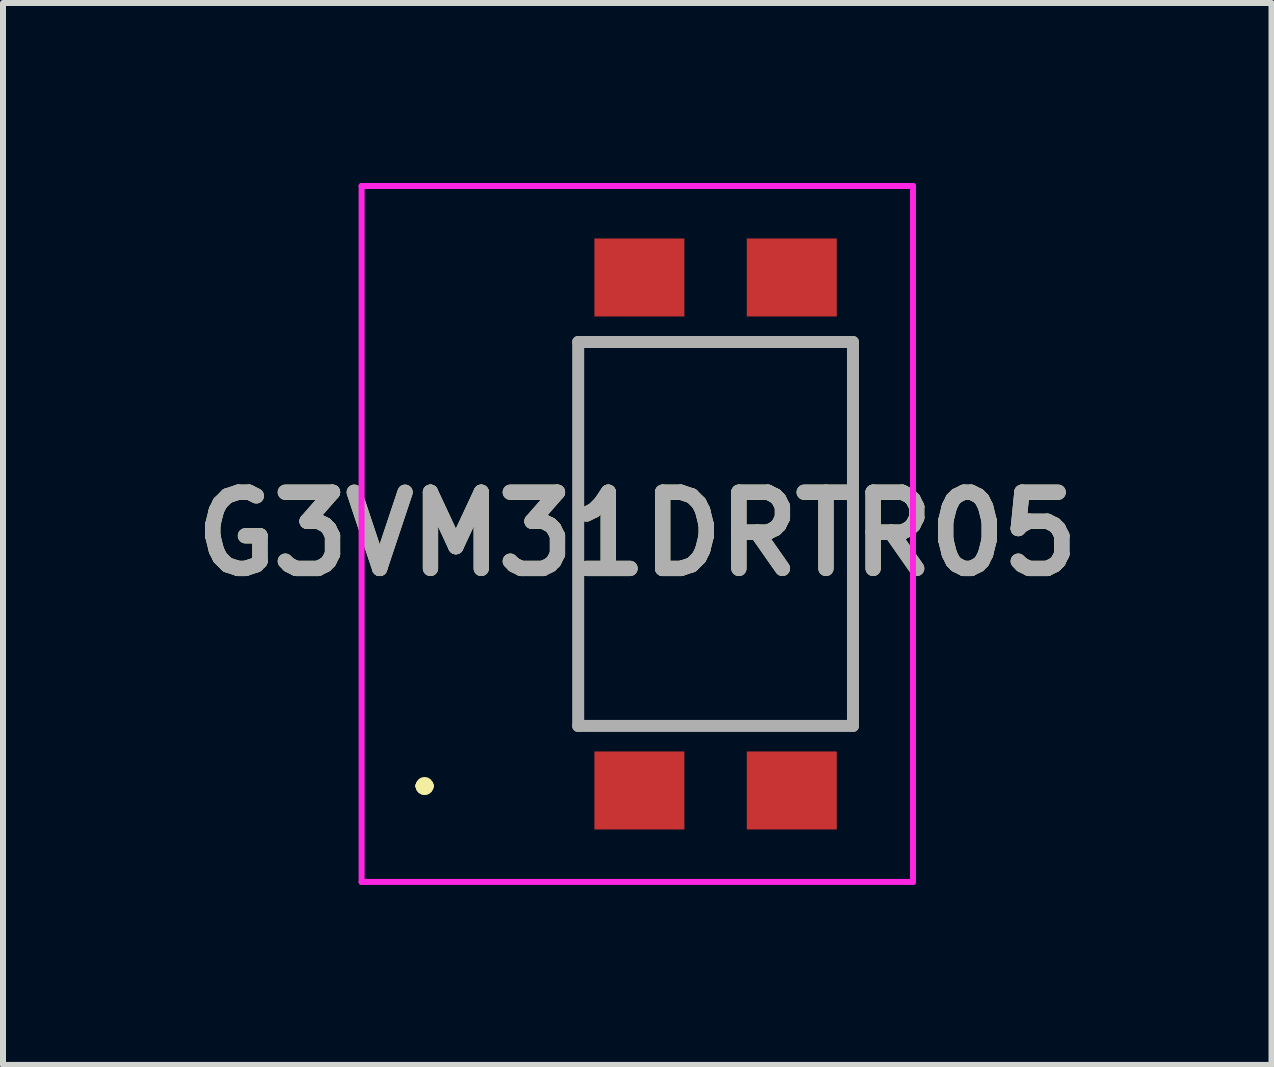
<source format=kicad_pcb>
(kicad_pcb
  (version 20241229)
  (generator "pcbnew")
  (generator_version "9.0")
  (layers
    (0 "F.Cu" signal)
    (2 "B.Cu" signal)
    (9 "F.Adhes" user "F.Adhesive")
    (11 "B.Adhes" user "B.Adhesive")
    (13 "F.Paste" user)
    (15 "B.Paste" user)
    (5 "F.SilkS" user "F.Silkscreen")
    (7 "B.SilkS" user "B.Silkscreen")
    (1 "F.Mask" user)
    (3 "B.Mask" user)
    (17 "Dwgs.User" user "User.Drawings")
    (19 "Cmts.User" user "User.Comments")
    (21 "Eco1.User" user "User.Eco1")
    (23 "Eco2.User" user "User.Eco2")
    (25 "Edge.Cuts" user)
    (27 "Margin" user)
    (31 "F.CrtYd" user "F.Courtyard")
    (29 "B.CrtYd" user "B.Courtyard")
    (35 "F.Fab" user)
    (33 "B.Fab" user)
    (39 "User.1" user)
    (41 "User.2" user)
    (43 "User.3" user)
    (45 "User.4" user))
  (footprint "G3VM31DRTR05"
    (layer "F.Cu")
    (at 8.877 5.85)
    (property "Reference" "G3VM31DRTR05" (at -1.305 0 0) (layer "F.SilkS") (effects (font (size 1.27 1.27) (thickness 0.254))))
    (attr smd)
    (fp_line (start -4.9 4.2) (end -4.9 4.2) (stroke (width 0.2) (type solid)) (layer "F.SilkS"))
    (fp_line (start -4.9 4.2) (end -4.9 4.2) (stroke (width 0.2) (type solid)) (layer "F.SilkS"))
    (fp_line (start -4.8 4.2) (end -4.8 4.2) (stroke (width 0.2) (type solid)) (layer "F.SilkS"))
    (fp_line (start -2.29 -3.2) (end -2.29 -3.2) (stroke (width 0.1) (type solid)) (layer "F.SilkS"))
    (fp_line (start -2.29 -3.2) (end -2.29 3.2) (stroke (width 0.1) (type solid)) (layer "F.SilkS"))
    (fp_line (start -2.29 3.2) (end -2.29 -3.2) (stroke (width 0.1) (type solid)) (layer "F.SilkS"))
    (fp_line (start -2.29 3.2) (end -2.29 3.2) (stroke (width 0.1) (type solid)) (layer "F.SilkS"))
    (fp_line (start 2.29 -3.2) (end 2.29 -3.2) (stroke (width 0.1) (type solid)) (layer "F.SilkS"))
    (fp_line (start 2.29 -3.2) (end 2.29 3.2) (stroke (width 0.1) (type solid)) (layer "F.SilkS"))
    (fp_line (start 2.29 3.2) (end 2.29 -3.2) (stroke (width 0.1) (type solid)) (layer "F.SilkS"))
    (fp_line (start 2.29 3.2) (end 2.29 3.2) (stroke (width 0.1) (type solid)) (layer "F.SilkS"))
    (fp_arc (start -4.9 4.2) (mid -4.85 4.15) (end -4.8 4.2) (stroke (width 0.2) (type solid)) (layer "F.SilkS"))
    (fp_arc (start -4.8 4.2) (mid -4.85 4.25) (end -4.9 4.2) (stroke (width 0.2) (type solid)) (layer "F.SilkS"))
    (fp_arc (start -4.8 4.2) (mid -4.85 4.25) (end -4.9 4.2) (stroke (width 0.2) (type solid)) (layer "F.SilkS"))
    (fp_line (start -5.9 -5.8) (end 3.29 -5.8) (stroke (width 0.1) (type solid)) (layer "F.CrtYd"))
    (fp_line (start -5.9 5.8) (end -5.9 -5.8) (stroke (width 0.1) (type solid)) (layer "F.CrtYd"))
    (fp_line (start 3.29 -5.8) (end 3.29 5.8) (stroke (width 0.1) (type solid)) (layer "F.CrtYd"))
    (fp_line (start 3.29 5.8) (end -5.9 5.8) (stroke (width 0.1) (type solid)) (layer "F.CrtYd"))
    (fp_line (start -2.29 -3.2) (end -2.29 3.2) (stroke (width 0.2) (type solid)) (layer "F.Fab"))
    (fp_line (start -2.29 3.2) (end 2.29 3.2) (stroke (width 0.2) (type solid)) (layer "F.Fab"))
    (fp_line (start 2.29 -3.2) (end -2.29 -3.2) (stroke (width 0.2) (type solid)) (layer "F.Fab"))
    (fp_line (start 2.29 3.2) (end 2.29 -3.2) (stroke (width 0.2) (type solid)) (layer "F.Fab"))
    (fp_text user "${REFERENCE}" (at -1.305 0 0) (layer "F.Fab") (effects (font (size 1.27 1.27) (thickness 0.254))))
    (pad "1" smd rect (at -1.27 4.275 90) (size 1.3 1.5) (layers "F.Cu" "F.Mask" "F.Paste"))
    (pad "2" smd rect (at 1.27 4.275 90) (size 1.3 1.5) (layers "F.Cu" "F.Mask" "F.Paste"))
    (pad "3" smd rect (at 1.27 -4.275 90) (size 1.3 1.5) (layers "F.Cu" "F.Mask" "F.Paste"))
    (pad "4" smd rect (at -1.27 -4.275 90) (size 1.3 1.5) (layers "F.Cu" "F.Mask" "F.Paste")))
  (gr_rect
    (start -3 -3)
    (end 18.143 14.7)
    (stroke (width 0.1) (type default))
    (fill no)
    (layer "Edge.Cuts")))
</source>
